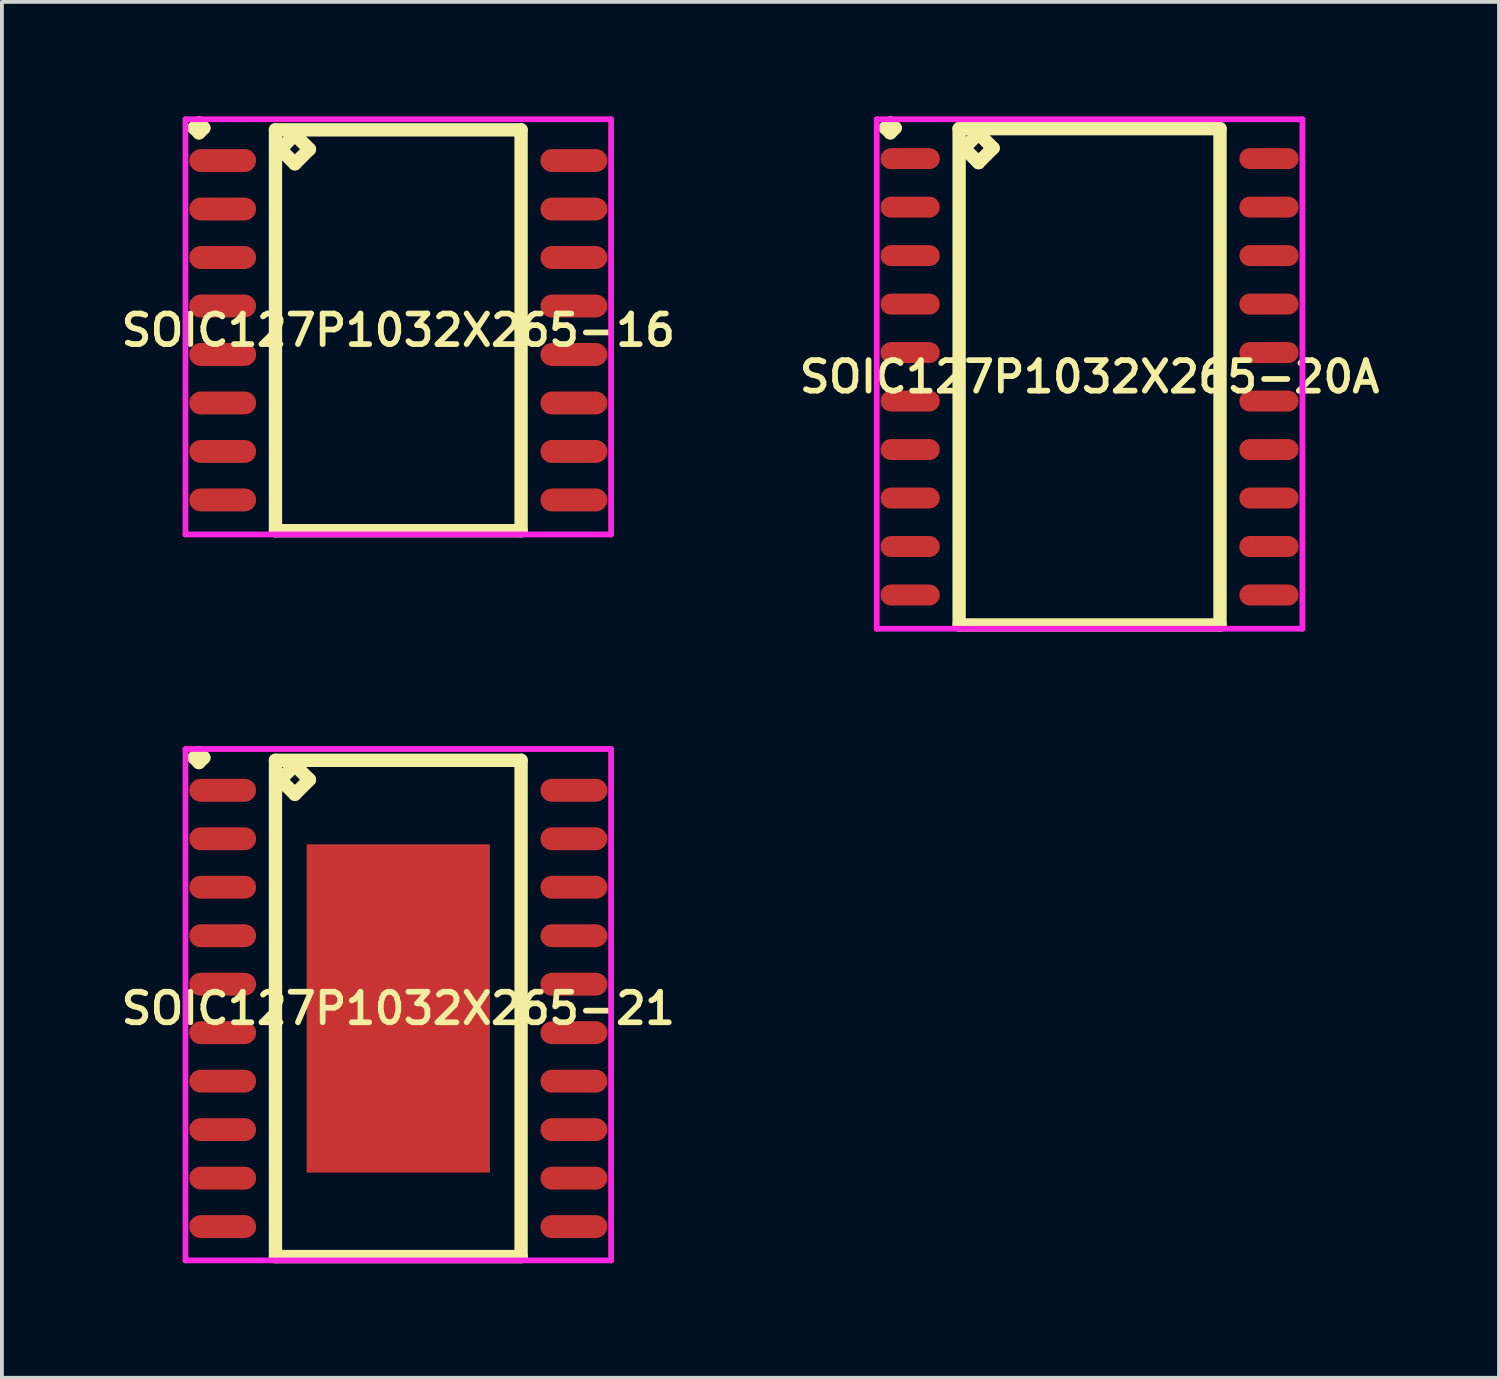
<source format=kicad_pcb>
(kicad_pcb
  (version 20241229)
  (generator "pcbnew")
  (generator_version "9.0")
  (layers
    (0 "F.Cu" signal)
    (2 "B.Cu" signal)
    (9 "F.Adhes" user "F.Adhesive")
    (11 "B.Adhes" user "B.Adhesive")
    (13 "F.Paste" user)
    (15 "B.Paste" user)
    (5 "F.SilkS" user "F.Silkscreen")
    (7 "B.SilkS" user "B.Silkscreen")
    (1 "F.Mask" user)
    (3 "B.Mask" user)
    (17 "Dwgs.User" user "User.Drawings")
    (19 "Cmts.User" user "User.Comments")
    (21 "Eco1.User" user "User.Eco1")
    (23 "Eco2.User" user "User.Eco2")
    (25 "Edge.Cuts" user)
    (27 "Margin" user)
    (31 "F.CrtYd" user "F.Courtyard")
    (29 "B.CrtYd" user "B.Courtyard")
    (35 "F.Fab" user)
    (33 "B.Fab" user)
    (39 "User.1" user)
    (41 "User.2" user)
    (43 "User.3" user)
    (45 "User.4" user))
  (footprint "SOIC127P1032X265-21"
    (layer "F.Cu")
    (at 7.383 23.367)
    (property "Reference" "SOIC127P1032X265-21" (at 0 0 0) (layer "F.SilkS") (effects (font (size 0.8 0.8) (thickness 0.15))))
    (attr through_hole)
    (fp_line (start -5.348 -6.569) (end -5.221 -6.696) (stroke (width 0.35) (type solid)) (layer "F.SilkS"))
    (fp_line (start -5.221 -6.696) (end -5.094 -6.569) (stroke (width 0.35) (type solid)) (layer "F.SilkS"))
    (fp_line (start -5.221 -6.442) (end -5.348 -6.569) (stroke (width 0.35) (type solid)) (layer "F.SilkS"))
    (fp_line (start -5.094 -6.569) (end -5.221 -6.442) (stroke (width 0.35) (type solid)) (layer "F.SilkS"))
    (fp_line (start -3.217 -6.5) (end -3.217 6.5) (stroke (width 0.35) (type solid)) (layer "F.SilkS"))
    (fp_line (start -3.217 6.5) (end 3.217 6.5) (stroke (width 0.35) (type solid)) (layer "F.SilkS"))
    (fp_line (start -3.09 -5.992) (end -2.709 -6.373) (stroke (width 0.35) (type solid)) (layer "F.SilkS"))
    (fp_line (start -2.709 -6.373) (end -2.328 -5.992) (stroke (width 0.35) (type solid)) (layer "F.SilkS"))
    (fp_line (start -2.709 -5.611) (end -3.09 -5.992) (stroke (width 0.35) (type solid)) (layer "F.SilkS"))
    (fp_line (start -2.328 -5.992) (end -2.709 -5.611) (stroke (width 0.35) (type solid)) (layer "F.SilkS"))
    (fp_line (start 3.217 -6.5) (end -3.217 -6.5) (stroke (width 0.35) (type solid)) (layer "F.SilkS"))
    (fp_line (start 3.217 6.5) (end 3.217 -6.5) (stroke (width 0.35) (type solid)) (layer "F.SilkS"))
    (fp_line (start -5.575 -6.796) (end 5.575 -6.796) (stroke (width 0.15) (type solid)) (layer "F.CrtYd"))
    (fp_line (start -5.575 6.6) (end -5.575 -6.796) (stroke (width 0.15) (type solid)) (layer "F.CrtYd"))
    (fp_line (start 5.575 -6.796) (end 5.575 6.6) (stroke (width 0.15) (type solid)) (layer "F.CrtYd"))
    (fp_line (start 5.575 6.6) (end -5.575 6.6) (stroke (width 0.15) (type solid)) (layer "F.CrtYd"))
    (pad "1" smd oval (at -4.6 -5.715) (size 1.75 0.6) (layers "F.Cu" "F.Mask" "F.Paste"))
    (pad "2" smd oval (at -4.6 -4.445) (size 1.75 0.6) (layers "F.Cu" "F.Mask" "F.Paste"))
    (pad "3" smd oval (at -4.6 -3.175) (size 1.75 0.6) (layers "F.Cu" "F.Mask" "F.Paste"))
    (pad "4" smd oval (at -4.6 -1.905) (size 1.75 0.6) (layers "F.Cu" "F.Mask" "F.Paste"))
    (pad "5" smd oval (at -4.6 -0.635) (size 1.75 0.6) (layers "F.Cu" "F.Mask" "F.Paste"))
    (pad "6" smd oval (at -4.6 0.635) (size 1.75 0.6) (layers "F.Cu" "F.Mask" "F.Paste"))
    (pad "7" smd oval (at -4.6 1.905) (size 1.75 0.6) (layers "F.Cu" "F.Mask" "F.Paste"))
    (pad "8" smd oval (at -4.6 3.175) (size 1.75 0.6) (layers "F.Cu" "F.Mask" "F.Paste"))
    (pad "9" smd oval (at -4.6 4.445) (size 1.75 0.6) (layers "F.Cu" "F.Mask" "F.Paste"))
    (pad "10" smd oval (at -4.6 5.715) (size 1.75 0.6) (layers "F.Cu" "F.Mask" "F.Paste"))
    (pad "11" smd oval (at 4.6 5.715) (size 1.75 0.6) (layers "F.Cu" "F.Mask" "F.Paste"))
    (pad "12" smd oval (at 4.6 4.445) (size 1.75 0.6) (layers "F.Cu" "F.Mask" "F.Paste"))
    (pad "13" smd oval (at 4.6 3.175) (size 1.75 0.6) (layers "F.Cu" "F.Mask" "F.Paste"))
    (pad "14" smd oval (at 4.6 1.905) (size 1.75 0.6) (layers "F.Cu" "F.Mask" "F.Paste"))
    (pad "15" smd oval (at 4.6 0.635) (size 1.75 0.6) (layers "F.Cu" "F.Mask" "F.Paste"))
    (pad "16" smd oval (at 4.6 -0.635) (size 1.75 0.6) (layers "F.Cu" "F.Mask" "F.Paste"))
    (pad "17" smd oval (at 4.6 -1.905) (size 1.75 0.6) (layers "F.Cu" "F.Mask" "F.Paste"))
    (pad "18" smd oval (at 4.6 -3.175) (size 1.75 0.6) (layers "F.Cu" "F.Mask" "F.Paste"))
    (pad "19" smd oval (at 4.6 -4.445) (size 1.75 0.6) (layers "F.Cu" "F.Mask" "F.Paste"))
    (pad "20" smd oval (at 4.6 -5.715) (size 1.75 0.6) (layers "F.Cu" "F.Mask" "F.Paste"))
    (pad "21" smd rect (at 0 0) (size 4.8 8.6) (layers "F.Cu" "F.Mask" "F.Paste")))
  (footprint "SOIC127P1032X265-20A"
    (layer "F.Cu")
    (at 25.492 6.821)
    (property "Reference" "SOIC127P1032X265-20A" (at 0 0 0) (layer "F.SilkS") (effects (font (size 0.8 0.8) (thickness 0.15))))
    (attr smd)
    (fp_line (start -5.348 -6.519) (end -5.221 -6.646) (stroke (width 0.35) (type solid)) (layer "F.SilkS"))
    (fp_line (start -5.221 -6.646) (end -5.094 -6.519) (stroke (width 0.35) (type solid)) (layer "F.SilkS"))
    (fp_line (start -5.221 -6.392) (end -5.348 -6.519) (stroke (width 0.35) (type solid)) (layer "F.SilkS"))
    (fp_line (start -5.094 -6.519) (end -5.221 -6.392) (stroke (width 0.35) (type solid)) (layer "F.SilkS"))
    (fp_line (start -3.417 -6.5) (end -3.417 6.5) (stroke (width 0.35) (type solid)) (layer "F.SilkS"))
    (fp_line (start -3.417 6.5) (end 3.417 6.5) (stroke (width 0.35) (type solid)) (layer "F.SilkS"))
    (fp_line (start -3.29 -5.992) (end -2.909 -6.373) (stroke (width 0.35) (type solid)) (layer "F.SilkS"))
    (fp_line (start -2.909 -6.373) (end -2.528 -5.992) (stroke (width 0.35) (type solid)) (layer "F.SilkS"))
    (fp_line (start -2.909 -5.611) (end -3.29 -5.992) (stroke (width 0.35) (type solid)) (layer "F.SilkS"))
    (fp_line (start -2.528 -5.992) (end -2.909 -5.611) (stroke (width 0.35) (type solid)) (layer "F.SilkS"))
    (fp_line (start 3.417 -6.5) (end -3.417 -6.5) (stroke (width 0.35) (type solid)) (layer "F.SilkS"))
    (fp_line (start 3.417 6.5) (end 3.417 -6.5) (stroke (width 0.35) (type solid)) (layer "F.SilkS"))
    (fp_line (start -5.575 -6.746) (end 5.575 -6.746) (stroke (width 0.15) (type solid)) (layer "F.CrtYd"))
    (fp_line (start -5.575 6.6) (end -5.575 -6.746) (stroke (width 0.15) (type solid)) (layer "F.CrtYd"))
    (fp_line (start 5.575 -6.746) (end 5.575 6.6) (stroke (width 0.15) (type solid)) (layer "F.CrtYd"))
    (fp_line (start 5.575 6.6) (end -5.575 6.6) (stroke (width 0.15) (type solid)) (layer "F.CrtYd"))
    (pad "1" smd oval (at -4.7 -5.715) (size 1.55 0.55) (layers "F.Cu" "F.Mask" "F.Paste"))
    (pad "2" smd oval (at -4.7 -4.445) (size 1.55 0.55) (layers "F.Cu" "F.Mask" "F.Paste"))
    (pad "3" smd oval (at -4.7 -3.175) (size 1.55 0.55) (layers "F.Cu" "F.Mask" "F.Paste"))
    (pad "4" smd oval (at -4.7 -1.905) (size 1.55 0.55) (layers "F.Cu" "F.Mask" "F.Paste"))
    (pad "5" smd oval (at -4.7 -0.635) (size 1.55 0.55) (layers "F.Cu" "F.Mask" "F.Paste"))
    (pad "6" smd oval (at -4.7 0.635) (size 1.55 0.55) (layers "F.Cu" "F.Mask" "F.Paste"))
    (pad "7" smd oval (at -4.7 1.905) (size 1.55 0.55) (layers "F.Cu" "F.Mask" "F.Paste"))
    (pad "8" smd oval (at -4.7 3.175) (size 1.55 0.55) (layers "F.Cu" "F.Mask" "F.Paste"))
    (pad "9" smd oval (at -4.7 4.445) (size 1.55 0.55) (layers "F.Cu" "F.Mask" "F.Paste"))
    (pad "10" smd oval (at -4.7 5.715) (size 1.55 0.55) (layers "F.Cu" "F.Mask" "F.Paste"))
    (pad "11" smd oval (at 4.7 5.715) (size 1.55 0.55) (layers "F.Cu" "F.Mask" "F.Paste"))
    (pad "12" smd oval (at 4.7 4.445) (size 1.55 0.55) (layers "F.Cu" "F.Mask" "F.Paste"))
    (pad "13" smd oval (at 4.7 3.175) (size 1.55 0.55) (layers "F.Cu" "F.Mask" "F.Paste"))
    (pad "14" smd oval (at 4.7 1.905) (size 1.55 0.55) (layers "F.Cu" "F.Mask" "F.Paste"))
    (pad "15" smd oval (at 4.7 0.635) (size 1.55 0.55) (layers "F.Cu" "F.Mask" "F.Paste"))
    (pad "16" smd oval (at 4.7 -0.635) (size 1.55 0.55) (layers "F.Cu" "F.Mask" "F.Paste"))
    (pad "17" smd oval (at 4.7 -1.905) (size 1.55 0.55) (layers "F.Cu" "F.Mask" "F.Paste"))
    (pad "18" smd oval (at 4.7 -3.175) (size 1.55 0.55) (layers "F.Cu" "F.Mask" "F.Paste"))
    (pad "19" smd oval (at 4.7 -4.445) (size 1.55 0.55) (layers "F.Cu" "F.Mask" "F.Paste"))
    (pad "20" smd oval (at 4.7 -5.715) (size 1.55 0.55) (layers "F.Cu" "F.Mask" "F.Paste")))
  (footprint "SOIC127P1032X265-16"
    (layer "F.Cu")
    (at 7.383 5.601)
    (property "Reference" "SOIC127P1032X265-16" (at 0 0 0) (layer "F.SilkS") (effects (font (size 0.8 0.8) (thickness 0.15))))
    (attr through_hole)
    (fp_line (start -5.348 -5.299) (end -5.221 -5.426) (stroke (width 0.35) (type solid)) (layer "F.SilkS"))
    (fp_line (start -5.221 -5.426) (end -5.094 -5.299) (stroke (width 0.35) (type solid)) (layer "F.SilkS"))
    (fp_line (start -5.221 -5.172) (end -5.348 -5.299) (stroke (width 0.35) (type solid)) (layer "F.SilkS"))
    (fp_line (start -5.094 -5.299) (end -5.221 -5.172) (stroke (width 0.35) (type solid)) (layer "F.SilkS"))
    (fp_line (start -3.217 -5.25) (end -3.217 5.25) (stroke (width 0.35) (type solid)) (layer "F.SilkS"))
    (fp_line (start -3.217 5.25) (end 3.217 5.25) (stroke (width 0.35) (type solid)) (layer "F.SilkS"))
    (fp_line (start -3.09 -4.742) (end -2.709 -5.123) (stroke (width 0.35) (type solid)) (layer "F.SilkS"))
    (fp_line (start -2.709 -5.123) (end -2.328 -4.742) (stroke (width 0.35) (type solid)) (layer "F.SilkS"))
    (fp_line (start -2.709 -4.361) (end -3.09 -4.742) (stroke (width 0.35) (type solid)) (layer "F.SilkS"))
    (fp_line (start -2.328 -4.742) (end -2.709 -4.361) (stroke (width 0.35) (type solid)) (layer "F.SilkS"))
    (fp_line (start 3.217 -5.25) (end -3.217 -5.25) (stroke (width 0.35) (type solid)) (layer "F.SilkS"))
    (fp_line (start 3.217 5.25) (end 3.217 -5.25) (stroke (width 0.35) (type solid)) (layer "F.SilkS"))
    (fp_line (start -5.575 -5.526) (end 5.575 -5.526) (stroke (width 0.15) (type solid)) (layer "F.CrtYd"))
    (fp_line (start -5.575 5.35) (end -5.575 -5.526) (stroke (width 0.15) (type solid)) (layer "F.CrtYd"))
    (fp_line (start 5.575 -5.526) (end 5.575 5.35) (stroke (width 0.15) (type solid)) (layer "F.CrtYd"))
    (fp_line (start 5.575 5.35) (end -5.575 5.35) (stroke (width 0.15) (type solid)) (layer "F.CrtYd"))
    (pad "1" smd oval (at -4.6 -4.445) (size 1.75 0.6) (layers "F.Cu" "F.Mask" "F.Paste"))
    (pad "2" smd oval (at -4.6 -3.175) (size 1.75 0.6) (layers "F.Cu" "F.Mask" "F.Paste"))
    (pad "3" smd oval (at -4.6 -1.905) (size 1.75 0.6) (layers "F.Cu" "F.Mask" "F.Paste"))
    (pad "4" smd oval (at -4.6 -0.635) (size 1.75 0.6) (layers "F.Cu" "F.Mask" "F.Paste"))
    (pad "5" smd oval (at -4.6 0.635) (size 1.75 0.6) (layers "F.Cu" "F.Mask" "F.Paste"))
    (pad "6" smd oval (at -4.6 1.905) (size 1.75 0.6) (layers "F.Cu" "F.Mask" "F.Paste"))
    (pad "7" smd oval (at -4.6 3.175) (size 1.75 0.6) (layers "F.Cu" "F.Mask" "F.Paste"))
    (pad "8" smd oval (at -4.6 4.445) (size 1.75 0.6) (layers "F.Cu" "F.Mask" "F.Paste"))
    (pad "9" smd oval (at 4.6 4.445) (size 1.75 0.6) (layers "F.Cu" "F.Mask" "F.Paste"))
    (pad "10" smd oval (at 4.6 3.175) (size 1.75 0.6) (layers "F.Cu" "F.Mask" "F.Paste"))
    (pad "11" smd oval (at 4.6 1.905) (size 1.75 0.6) (layers "F.Cu" "F.Mask" "F.Paste"))
    (pad "12" smd oval (at 4.6 0.635) (size 1.75 0.6) (layers "F.Cu" "F.Mask" "F.Paste"))
    (pad "13" smd oval (at 4.6 -0.635) (size 1.75 0.6) (layers "F.Cu" "F.Mask" "F.Paste"))
    (pad "14" smd oval (at 4.6 -1.905) (size 1.75 0.6) (layers "F.Cu" "F.Mask" "F.Paste"))
    (pad "15" smd oval (at 4.6 -3.175) (size 1.75 0.6) (layers "F.Cu" "F.Mask" "F.Paste"))
    (pad "16" smd oval (at 4.6 -4.445) (size 1.75 0.6) (layers "F.Cu" "F.Mask" "F.Paste")))
  (gr_rect
    (start -3 -3)
    (end 36.218 33.042)
    (stroke (width 0.1) (type default))
    (fill no)
    (layer "Edge.Cuts")))
</source>
